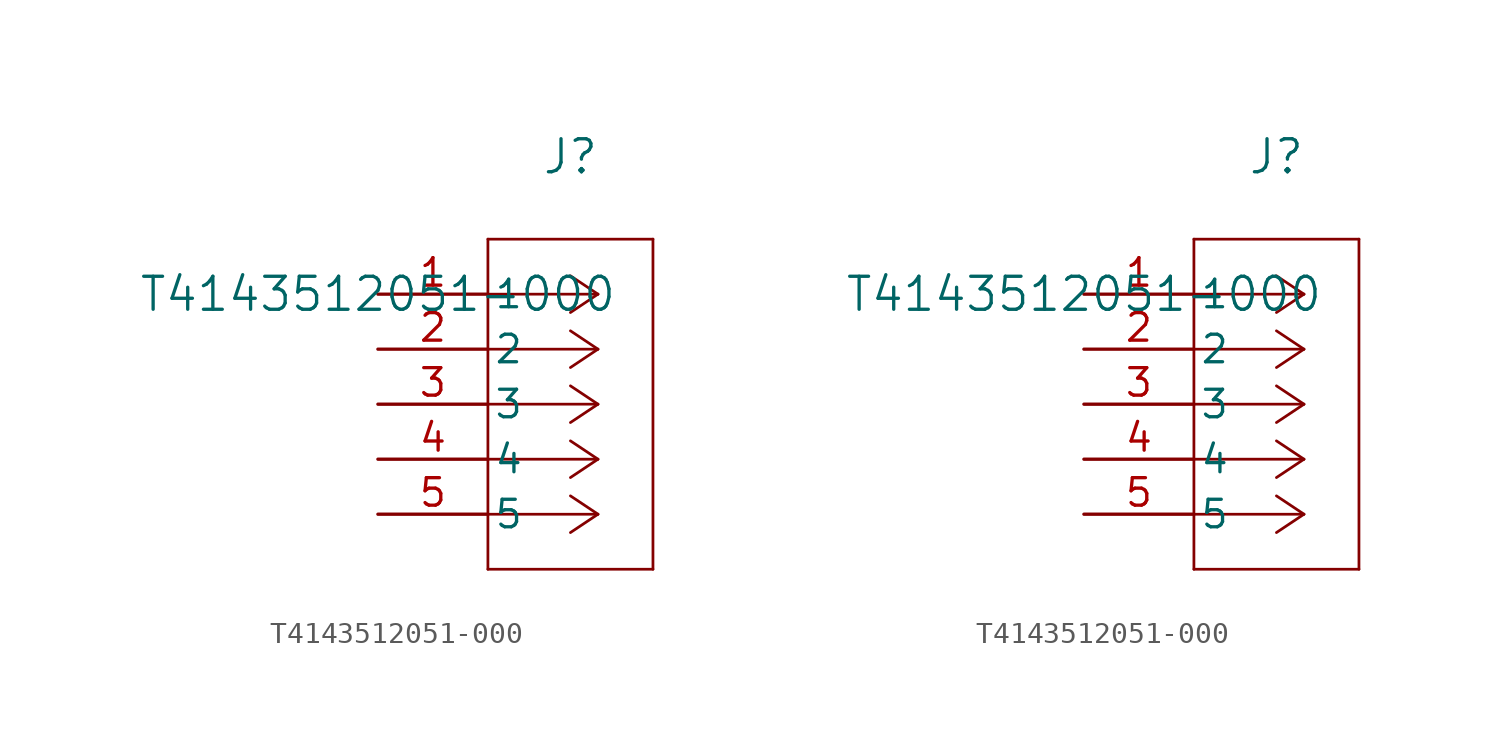
<source format=kicad_sym>
(kicad_symbol_lib
  (version 20211014)
  (generator kicad_symbol_editor)
  (symbol "T4143512051-000"
    (pin_names
      (offset 0.254))
    (property "Reference" "J"
      (at 8.89 6.35 0)
      (effects (font (size 1.524 1.524))))
    (property "Value" "T4143512051-000"
      (at 0 0 0)
      (effects (font (size 1.524 1.524))))
    (symbol "T4143512051-000_1_1"
      (polyline (pts (xy 10.16 0) (xy 5.08 0)) (stroke (width 0.127) (type default) (color 0 0 0 0)) (fill (type none)))
      (polyline (pts (xy 10.16 -2.54) (xy 5.08 -2.54)) (stroke (width 0.127) (type default) (color 0 0 0 0)) (fill (type none)))
      (polyline (pts (xy 10.16 -5.08) (xy 5.08 -5.08)) (stroke (width 0.127) (type default) (color 0 0 0 0)) (fill (type none)))
      (polyline (pts (xy 10.16 -7.62) (xy 5.08 -7.62)) (stroke (width 0.127) (type default) (color 0 0 0 0)) (fill (type none)))
      (polyline (pts (xy 10.16 -10.16) (xy 5.08 -10.16)) (stroke (width 0.127) (type default) (color 0 0 0 0)) (fill (type none)))
      (polyline (pts (xy 10.16 0) (xy 8.89 0.847)) (stroke (width 0.127) (type default) (color 0 0 0 0)) (fill (type none)))
      (polyline (pts (xy 10.16 -2.54) (xy 8.89 -1.693)) (stroke (width 0.127) (type default) (color 0 0 0 0)) (fill (type none)))
      (polyline (pts (xy 10.16 -5.08) (xy 8.89 -4.233)) (stroke (width 0.127) (type default) (color 0 0 0 0)) (fill (type none)))
      (polyline (pts (xy 10.16 -7.62) (xy 8.89 -6.773)) (stroke (width 0.127) (type default) (color 0 0 0 0)) (fill (type none)))
      (polyline (pts (xy 10.16 -10.16) (xy 8.89 -9.313)) (stroke (width 0.127) (type default) (color 0 0 0 0)) (fill (type none)))
      (polyline (pts (xy 10.16 0) (xy 8.89 -0.847)) (stroke (width 0.127) (type default) (color 0 0 0 0)) (fill (type none)))
      (polyline (pts (xy 10.16 -2.54) (xy 8.89 -3.387)) (stroke (width 0.127) (type default) (color 0 0 0 0)) (fill (type none)))
      (polyline (pts (xy 10.16 -5.08) (xy 8.89 -5.927)) (stroke (width 0.127) (type default) (color 0 0 0 0)) (fill (type none)))
      (polyline (pts (xy 10.16 -7.62) (xy 8.89 -8.467)) (stroke (width 0.127) (type default) (color 0 0 0 0)) (fill (type none)))
      (polyline (pts (xy 10.16 -10.16) (xy 8.89 -11.007)) (stroke (width 0.127) (type default) (color 0 0 0 0)) (fill (type none)))
      (polyline (pts (xy 5.08 2.54) (xy 5.08 -12.7)) (stroke (width 0.127) (type default) (color 0 0 0 0)) (fill (type none)))
      (polyline (pts (xy 5.08 -12.7) (xy 12.7 -12.7)) (stroke (width 0.127) (type default) (color 0 0 0 0)) (fill (type none)))
      (polyline (pts (xy 12.7 -12.7) (xy 12.7 2.54)) (stroke (width 0.127) (type default) (color 0 0 0 0)) (fill (type none)))
      (polyline (pts (xy 12.7 2.54) (xy 5.08 2.54)) (stroke (width 0.127) (type default) (color 0 0 0 0)) (fill (type none)))
      (pin unspecified line (at 0 0 0) (length 5.08) (name "1" (effects (font (size 1.27 1.27)))) (number "1" (effects (font (size 1.27 1.27)))))
      (pin unspecified line (at 0 -7.62 0) (length 5.08) (name "4" (effects (font (size 1.27 1.27)))) (number "4" (effects (font (size 1.27 1.27)))))
      (pin unspecified line (at 0 -2.54 0) (length 5.08) (name "2" (effects (font (size 1.27 1.27)))) (number "2" (effects (font (size 1.27 1.27)))))
      (pin unspecified line (at 0 -5.08 0) (length 5.08) (name "3" (effects (font (size 1.27 1.27)))) (number "3" (effects (font (size 1.27 1.27)))))
      (pin unspecified line (at 0 -10.16 0) (length 5.08) (name "5" (effects (font (size 1.27 1.27)))) (number "5" (effects (font (size 1.27 1.27))))))
    (symbol "T4143512051-000_1_2"
      (polyline (pts (xy 10.16 0) (xy 5.08 0)) (stroke (width 0.127) (type default) (color 0 0 0 0)) (fill (type none)))
      (polyline (pts (xy 10.16 -2.54) (xy 5.08 -2.54)) (stroke (width 0.127) (type default) (color 0 0 0 0)) (fill (type none)))
      (polyline (pts (xy 10.16 -5.08) (xy 5.08 -5.08)) (stroke (width 0.127) (type default) (color 0 0 0 0)) (fill (type none)))
      (polyline (pts (xy 10.16 -7.62) (xy 5.08 -7.62)) (stroke (width 0.127) (type default) (color 0 0 0 0)) (fill (type none)))
      (polyline (pts (xy 10.16 -10.16) (xy 5.08 -10.16)) (stroke (width 0.127) (type default) (color 0 0 0 0)) (fill (type none)))
      (polyline (pts (xy 10.16 0) (xy 8.89 0.847)) (stroke (width 0.127) (type default) (color 0 0 0 0)) (fill (type none)))
      (polyline (pts (xy 10.16 -2.54) (xy 8.89 -1.693)) (stroke (width 0.127) (type default) (color 0 0 0 0)) (fill (type none)))
      (polyline (pts (xy 10.16 -5.08) (xy 8.89 -4.233)) (stroke (width 0.127) (type default) (color 0 0 0 0)) (fill (type none)))
      (polyline (pts (xy 10.16 -7.62) (xy 8.89 -6.773)) (stroke (width 0.127) (type default) (color 0 0 0 0)) (fill (type none)))
      (polyline (pts (xy 10.16 -10.16) (xy 8.89 -9.313)) (stroke (width 0.127) (type default) (color 0 0 0 0)) (fill (type none)))
      (polyline (pts (xy 10.16 0) (xy 8.89 -0.847)) (stroke (width 0.127) (type default) (color 0 0 0 0)) (fill (type none)))
      (polyline (pts (xy 10.16 -2.54) (xy 8.89 -3.387)) (stroke (width 0.127) (type default) (color 0 0 0 0)) (fill (type none)))
      (polyline (pts (xy 10.16 -5.08) (xy 8.89 -5.927)) (stroke (width 0.127) (type default) (color 0 0 0 0)) (fill (type none)))
      (polyline (pts (xy 10.16 -7.62) (xy 8.89 -8.467)) (stroke (width 0.127) (type default) (color 0 0 0 0)) (fill (type none)))
      (polyline (pts (xy 10.16 -10.16) (xy 8.89 -11.007)) (stroke (width 0.127) (type default) (color 0 0 0 0)) (fill (type none)))
      (polyline (pts (xy 5.08 2.54) (xy 5.08 -12.7)) (stroke (width 0.127) (type default) (color 0 0 0 0)) (fill (type none)))
      (polyline (pts (xy 5.08 -12.7) (xy 12.7 -12.7)) (stroke (width 0.127) (type default) (color 0 0 0 0)) (fill (type none)))
      (polyline (pts (xy 12.7 -12.7) (xy 12.7 2.54)) (stroke (width 0.127) (type default) (color 0 0 0 0)) (fill (type none)))
      (polyline (pts (xy 12.7 2.54) (xy 5.08 2.54)) (stroke (width 0.127) (type default) (color 0 0 0 0)) (fill (type none)))
      (pin unspecified line (at 0 0 0) (length 5.08) (name "1" (effects (font (size 1.27 1.27)))) (number "1" (effects (font (size 1.27 1.27)))))
      (pin unspecified line (at 0 -7.62 0) (length 5.08) (name "4" (effects (font (size 1.27 1.27)))) (number "4" (effects (font (size 1.27 1.27)))))
      (pin unspecified line (at 0 -2.54 0) (length 5.08) (name "2" (effects (font (size 1.27 1.27)))) (number "2" (effects (font (size 1.27 1.27)))))
      (pin unspecified line (at 0 -5.08 0) (length 5.08) (name "3" (effects (font (size 1.27 1.27)))) (number "3" (effects (font (size 1.27 1.27)))))
      (pin unspecified line (at 0 -10.16 0) (length 5.08) (name "5" (effects (font (size 1.27 1.27)))) (number "5" (effects (font (size 1.27 1.27))))))))
</source>
